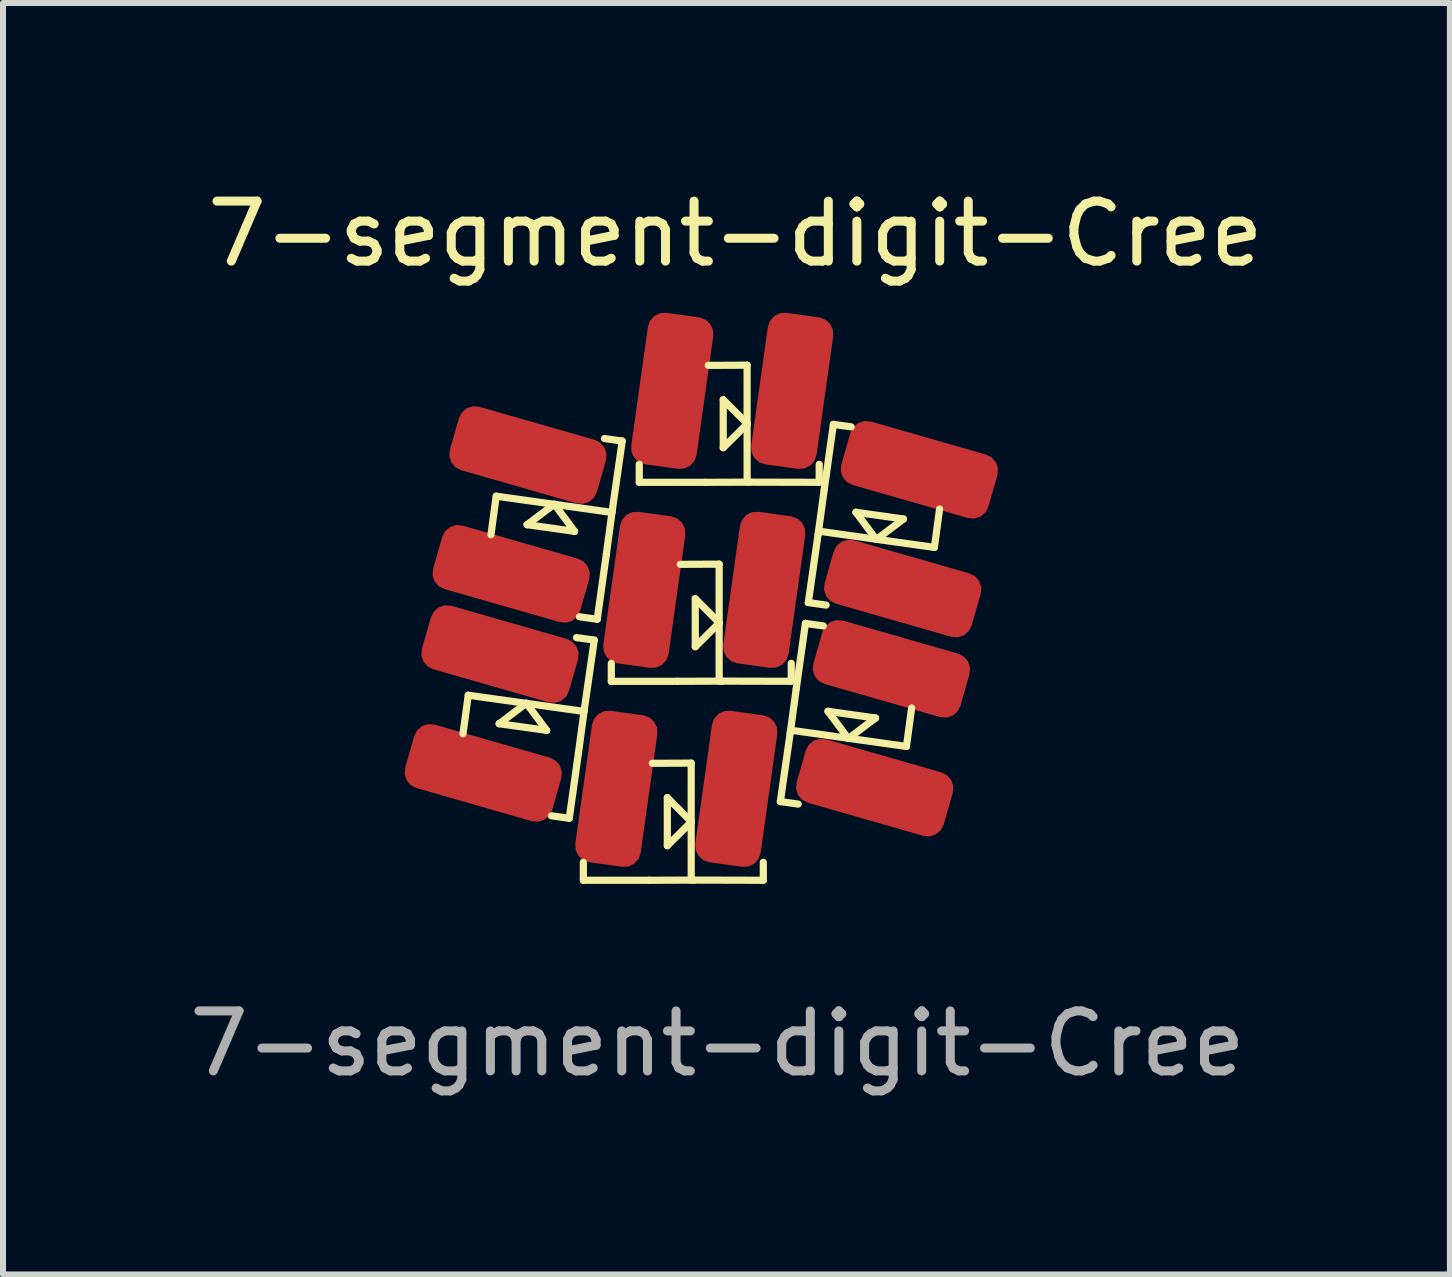
<source format=kicad_pcb>
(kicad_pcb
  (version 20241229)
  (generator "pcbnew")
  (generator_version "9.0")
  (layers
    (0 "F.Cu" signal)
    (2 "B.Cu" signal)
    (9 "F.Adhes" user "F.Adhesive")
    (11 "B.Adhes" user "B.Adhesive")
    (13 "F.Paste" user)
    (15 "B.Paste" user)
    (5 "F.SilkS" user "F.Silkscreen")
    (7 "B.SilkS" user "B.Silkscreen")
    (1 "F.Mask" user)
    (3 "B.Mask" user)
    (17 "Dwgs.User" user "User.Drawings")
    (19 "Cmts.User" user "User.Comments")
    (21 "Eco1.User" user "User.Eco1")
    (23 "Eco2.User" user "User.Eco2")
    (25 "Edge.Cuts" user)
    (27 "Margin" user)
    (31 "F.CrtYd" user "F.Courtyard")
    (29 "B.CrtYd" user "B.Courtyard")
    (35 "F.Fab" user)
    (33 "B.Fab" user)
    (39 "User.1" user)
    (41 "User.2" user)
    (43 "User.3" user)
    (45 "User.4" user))
  (footprint "7-segment-digit-Cree"
    (layer "F.Cu")
    (at 8.711 7.348)
    (property "Reference" "7-segment-digit-Cree" (at 0.5 -6.5 0) (unlocked yes) (layer "F.SilkS") (effects (font (size 1 1) (thickness 0.15))))
    (attr smd)
    (fp_line (start -3.955 1.192) (end -4.042 1.834) (stroke (width 0.12) (type default)) (layer "F.SilkS"))
    (fp_line (start -3.955 1.192) (end -2.024 1.463) (stroke (width 0.12) (type default)) (layer "F.SilkS"))
    (fp_line (start -3.489 -2.126) (end -3.576 -1.484) (stroke (width 0.12) (type default)) (layer "F.SilkS"))
    (fp_line (start -3.489 -2.126) (end -1.558 -1.855) (stroke (width 0.12) (type default)) (layer "F.SilkS"))
    (fp_line (start -3.44 1.667) (end -2.99 1.328) (stroke (width 0.12) (type default)) (layer "F.SilkS"))
    (fp_line (start -2.986 1.325) (end -2.648 1.778) (stroke (width 0.12) (type default)) (layer "F.SilkS"))
    (fp_line (start -2.974 -1.651) (end -2.524 -1.99) (stroke (width 0.12) (type default)) (layer "F.SilkS"))
    (fp_line (start -2.648 1.778) (end -3.44 1.667) (stroke (width 0.12) (type default)) (layer "F.SilkS"))
    (fp_line (start -2.52 -1.993) (end -2.182 -1.54) (stroke (width 0.12) (type default)) (layer "F.SilkS"))
    (fp_line (start -2.271 3.244) (end -2.568 3.202) (stroke (width 0.12) (type default)) (layer "F.SilkS"))
    (fp_line (start -2.182 -1.54) (end -2.974 -1.651) (stroke (width 0.12) (type default)) (layer "F.SilkS"))
    (fp_line (start -2.118 2.155) (end -2.271 3.244) (stroke (width 0.12) (type default)) (layer "F.SilkS"))
    (fp_line (start -2.036 4.277) (end -2.036 3.977) (stroke (width 0.12) (type default)) (layer "F.SilkS"))
    (fp_line (start -2.018 1.415) (end -2.118 2.155) (stroke (width 0.12) (type default)) (layer "F.SilkS"))
    (fp_line (start -2.018 1.415) (end -1.854 0.273) (stroke (width 0.12) (type default)) (layer "F.SilkS"))
    (fp_line (start -1.854 0.273) (end -2.151 0.231) (stroke (width 0.12) (type default)) (layer "F.SilkS"))
    (fp_line (start -1.805 -0.074) (end -2.102 -0.116) (stroke (width 0.12) (type default)) (layer "F.SilkS"))
    (fp_line (start -1.652 -1.163) (end -1.805 -0.074) (stroke (width 0.12) (type default)) (layer "F.SilkS"))
    (fp_line (start -1.57 0.96) (end -1.57 0.66) (stroke (width 0.12) (type default)) (layer "F.SilkS"))
    (fp_line (start -1.552 -1.903) (end -1.652 -1.163) (stroke (width 0.12) (type default)) (layer "F.SilkS"))
    (fp_line (start -1.552 -1.903) (end -1.388 -3.045) (stroke (width 0.12) (type default)) (layer "F.SilkS"))
    (fp_line (start -1.388 -3.045) (end -1.685 -3.087) (stroke (width 0.12) (type default)) (layer "F.SilkS"))
    (fp_line (start -1.104 -2.357) (end -1.104 -2.657) (stroke (width 0.12) (type default)) (layer "F.SilkS"))
    (fp_line (start -0.936 4.277) (end -2.036 4.277) (stroke (width 0.12) (type default)) (layer "F.SilkS"))
    (fp_line (start -0.636 2.9) (end -0.238 3.299) (stroke (width 0.12) (type default)) (layer "F.SilkS"))
    (fp_line (start -0.636 3.7) (end -0.636 2.9) (stroke (width 0.12) (type default)) (layer "F.SilkS"))
    (fp_line (start -0.47 0.96) (end -1.57 0.96) (stroke (width 0.12) (type default)) (layer "F.SilkS"))
    (fp_line (start -0.238 2.324) (end -0.886 2.327) (stroke (width 0.12) (type default)) (layer "F.SilkS"))
    (fp_line (start -0.238 2.324) (end -0.238 4.274) (stroke (width 0.12) (type default)) (layer "F.SilkS"))
    (fp_line (start -0.235 3.302) (end -0.636 3.7) (stroke (width 0.12) (type default)) (layer "F.SilkS"))
    (fp_line (start -0.189 4.274) (end -0.936 4.277) (stroke (width 0.12) (type default)) (layer "F.SilkS"))
    (fp_line (start -0.189 4.274) (end 0.964 4.277) (stroke (width 0.12) (type default)) (layer "F.SilkS"))
    (fp_line (start -0.17 -0.417) (end 0.228 -0.018) (stroke (width 0.12) (type default)) (layer "F.SilkS"))
    (fp_line (start -0.17 0.383) (end -0.17 -0.417) (stroke (width 0.12) (type default)) (layer "F.SilkS"))
    (fp_line (start -0.004 -2.357) (end -1.104 -2.357) (stroke (width 0.12) (type default)) (layer "F.SilkS"))
    (fp_line (start 0.228 -0.993) (end -0.42 -0.99) (stroke (width 0.12) (type default)) (layer "F.SilkS"))
    (fp_line (start 0.228 -0.993) (end 0.228 0.957) (stroke (width 0.12) (type default)) (layer "F.SilkS"))
    (fp_line (start 0.231 -0.015) (end -0.17 0.383) (stroke (width 0.12) (type default)) (layer "F.SilkS"))
    (fp_line (start 0.277 0.957) (end -0.47 0.96) (stroke (width 0.12) (type default)) (layer "F.SilkS"))
    (fp_line (start 0.277 0.957) (end 1.43 0.96) (stroke (width 0.12) (type default)) (layer "F.SilkS"))
    (fp_line (start 0.296 -3.734) (end 0.694 -3.335) (stroke (width 0.12) (type default)) (layer "F.SilkS"))
    (fp_line (start 0.296 -2.934) (end 0.296 -3.734) (stroke (width 0.12) (type default)) (layer "F.SilkS"))
    (fp_line (start 0.694 -4.31) (end 0.046 -4.307) (stroke (width 0.12) (type default)) (layer "F.SilkS"))
    (fp_line (start 0.694 -4.31) (end 0.694 -2.36) (stroke (width 0.12) (type default)) (layer "F.SilkS"))
    (fp_line (start 0.697 -3.332) (end 0.296 -2.934) (stroke (width 0.12) (type default)) (layer "F.SilkS"))
    (fp_line (start 0.743 -2.36) (end -0.004 -2.357) (stroke (width 0.12) (type default)) (layer "F.SilkS"))
    (fp_line (start 0.743 -2.36) (end 1.896 -2.357) (stroke (width 0.12) (type default)) (layer "F.SilkS"))
    (fp_line (start 0.964 4.277) (end 0.964 3.977) (stroke (width 0.12) (type default)) (layer "F.SilkS"))
    (fp_line (start 1.248 2.965) (end 1.545 3.007) (stroke (width 0.12) (type default)) (layer "F.SilkS"))
    (fp_line (start 1.412 1.824) (end 1.248 2.965) (stroke (width 0.12) (type default)) (layer "F.SilkS"))
    (fp_line (start 1.412 1.824) (end 1.513 1.084) (stroke (width 0.12) (type default)) (layer "F.SilkS"))
    (fp_line (start 1.43 0.96) (end 1.43 0.66) (stroke (width 0.12) (type default)) (layer "F.SilkS"))
    (fp_line (start 1.513 1.084) (end 1.666 -0.005) (stroke (width 0.12) (type default)) (layer "F.SilkS"))
    (fp_line (start 1.666 -0.005) (end 1.963 0.036) (stroke (width 0.12) (type default)) (layer "F.SilkS"))
    (fp_line (start 1.714 -0.353) (end 2.011 -0.311) (stroke (width 0.12) (type default)) (layer "F.SilkS"))
    (fp_line (start 1.878 -1.494) (end 1.714 -0.353) (stroke (width 0.12) (type default)) (layer "F.SilkS"))
    (fp_line (start 1.878 -1.494) (end 1.979 -2.234) (stroke (width 0.12) (type default)) (layer "F.SilkS"))
    (fp_line (start 1.896 -2.357) (end 1.896 -2.657) (stroke (width 0.12) (type default)) (layer "F.SilkS"))
    (fp_line (start 1.979 -2.234) (end 2.132 -3.323) (stroke (width 0.12) (type default)) (layer "F.SilkS"))
    (fp_line (start 2.042 1.46) (end 2.835 1.572) (stroke (width 0.12) (type default)) (layer "F.SilkS"))
    (fp_line (start 2.132 -3.323) (end 2.429 -3.282) (stroke (width 0.12) (type default)) (layer "F.SilkS"))
    (fp_line (start 2.381 1.914) (end 2.042 1.46) (stroke (width 0.12) (type default)) (layer "F.SilkS"))
    (fp_line (start 2.508 -1.858) (end 3.301 -1.746) (stroke (width 0.12) (type default)) (layer "F.SilkS"))
    (fp_line (start 2.835 1.572) (end 2.385 1.911) (stroke (width 0.12) (type default)) (layer "F.SilkS"))
    (fp_line (start 2.847 -1.404) (end 2.508 -1.858) (stroke (width 0.12) (type default)) (layer "F.SilkS"))
    (fp_line (start 3.301 -1.746) (end 2.851 -1.407) (stroke (width 0.12) (type default)) (layer "F.SilkS"))
    (fp_line (start 3.35 2.046) (end 1.419 1.775) (stroke (width 0.12) (type default)) (layer "F.SilkS"))
    (fp_line (start 3.35 2.046) (end 3.437 1.405) (stroke (width 0.12) (type default)) (layer "F.SilkS"))
    (fp_line (start 3.816 -1.272) (end 1.885 -1.543) (stroke (width 0.12) (type default)) (layer "F.SilkS"))
    (fp_line (start 3.816 -1.272) (end 3.903 -1.913) (stroke (width 0.12) (type default)) (layer "F.SilkS"))
    (fp_rect (start -4.252 2.965) (end -1.854 0.273) (stroke (width 0.06) (type default)) (fill no) (layer "Margin"))
    (fp_rect (start -3.786 -0.353) (end -1.388 -3.045) (stroke (width 0.06) (type default)) (fill no) (layer "Margin"))
    (fp_rect (start -2.036 2.277) (end 0.964 4.277) (stroke (width 0.06) (type default)) (fill no) (layer "Margin"))
    (fp_rect (start -1.57 -1.04) (end 1.43 0.96) (stroke (width 0.06) (type default)) (fill no) (layer "Margin"))
    (fp_rect (start -1.104 -4.357) (end 1.896 -2.357) (stroke (width 0.06) (type default)) (fill no) (layer "Margin"))
    (fp_rect (start 3.646 0.273) (end 1.248 2.965) (stroke (width 0.06) (type default)) (fill no) (layer "Margin"))
    (fp_rect (start 4.112 -3.045) (end 1.714 -0.353) (stroke (width 0.06) (type default)) (fill no) (layer "Margin"))
    (fp_text user "${REFERENCE}" (at 0.2 7 0) (unlocked yes) (layer "F.Fab") (effects (font (size 1 1) (thickness 0.15))))
    (pad "1" smd roundrect (at -0.554 -3.882 82) (size 2.55 1.1) (layers "F.Cu" "F.Mask" "F.Paste") (roundrect_rratio 0.25))
    (pad "2" smd roundrect (at 3.566 -2.566 344) (size 2.55 1.1) (layers "F.Cu" "F.Mask" "F.Paste") (roundrect_rratio 0.25))
    (pad "3" smd roundrect (at 3.1 0.752 344) (size 2.55 1.1) (layers "F.Cu" "F.Mask" "F.Paste") (roundrect_rratio 0.25))
    (pad "4" smd roundrect (at -1.486 2.752 82) (size 2.55 1.1) (layers "F.Cu" "F.Mask" "F.Paste") (roundrect_rratio 0.25))
    (pad "5" smd roundrect (at -3.705 2.487 164) (size 2.55 1.1) (layers "F.Cu" "F.Mask" "F.Paste") (roundrect_rratio 0.25))
    (pad "6" smd roundrect (at -3.239 -0.831 164) (size 2.55 1.1) (layers "F.Cu" "F.Mask" "F.Paste") (roundrect_rratio 0.25))
    (pad "7" smd roundrect (at -1.02 -0.565 82) (size 2.55 1.1) (layers "F.Cu" "F.Mask" "F.Paste") (roundrect_rratio 0.25))
    (pad "8" smd roundrect (at 1.446 -3.882 82) (size 2.55 1.1) (layers "F.Cu" "F.Mask" "F.Paste") (roundrect_rratio 0.25))
    (pad "9" smd roundrect (at 3.287 -0.586 344) (size 2.55 1.1) (layers "F.Cu" "F.Mask" "F.Paste") (roundrect_rratio 0.25))
    (pad "10" smd roundrect (at 2.821 2.732 344) (size 2.55 1.1) (layers "F.Cu" "F.Mask" "F.Paste") (roundrect_rratio 0.25))
    (pad "11" smd roundrect (at 0.514 2.752 82) (size 2.55 1.1) (layers "F.Cu" "F.Mask" "F.Paste") (roundrect_rratio 0.25))
    (pad "12" smd roundrect (at -3.426 0.506 164) (size 2.55 1.1) (layers "F.Cu" "F.Mask" "F.Paste") (roundrect_rratio 0.25))
    (pad "13" smd roundrect (at -2.96 -2.812 164) (size 2.55 1.1) (layers "F.Cu" "F.Mask" "F.Paste") (roundrect_rratio 0.25))
    (pad "14" smd roundrect (at 0.98 -0.565 82) (size 2.55 1.1) (layers "F.Cu" "F.Mask" "F.Paste") (roundrect_rratio 0.25)))
  (gr_rect
    (start -3 -3)
    (end 21.121 18.197)
    (stroke (width 0.1) (type default))
    (fill no)
    (layer "Edge.Cuts")))
</source>
